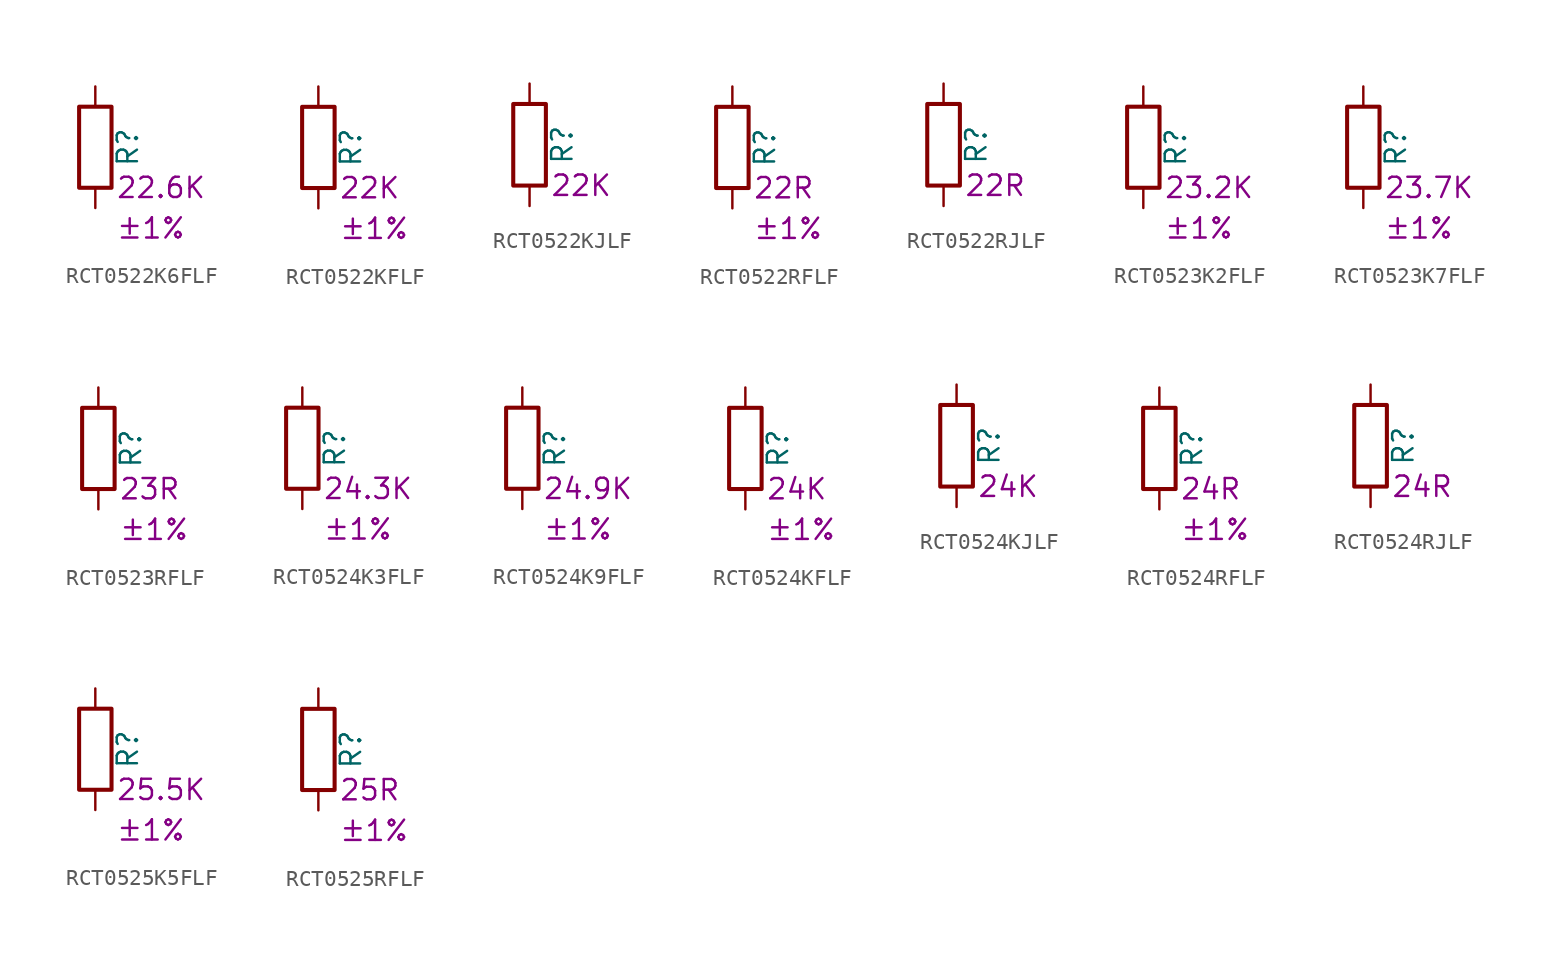
<source format=kicad_sym>
(kicad_symbol_lib
  (version 20220914)
  (generator kicad_symbol_editor)
  (symbol "RCT0522K6FLF"
    (pin_numbers hide)
    (pin_names
      (offset 0))
    (property "Reference" "R"
      (at 2.032 0 90)
      (effects (font (size 1.27 1.27))))
    (property "Resistance" "22.6K"
      (at 1.27 -2.54 0)
      (effects (font (size 1.27 1.27)) (justify left)))
    (property "Tolerance" "±1%"
      (at 1.27 -5.08 0)
      (effects (font (size 1.27 1.27)) (justify left)))
    (symbol "RCT0522K6FLF_0_1"
      (rectangle (start -1.016 -2.54) (end 1.016 2.54) (stroke (width 0.254) (type default)) (fill (type none))))
    (symbol "RCT0522K6FLF_1_1"
      (pin passive line (at 0 3.81 270) (length 1.27) (name "~" (effects (font (size 1.27 1.27)))) (number "1" (effects (font (size 1.27 1.27)))))
      (pin passive line (at 0 -3.81 90) (length 1.27) (name "~" (effects (font (size 1.27 1.27)))) (number "2" (effects (font (size 1.27 1.27)))))))
  (symbol "RCT0522KFLF"
    (pin_numbers hide)
    (pin_names
      (offset 0))
    (property "Reference" "R"
      (at 2.032 0 90)
      (effects (font (size 1.27 1.27))))
    (property "Resistance" "22K"
      (at 1.27 -2.54 0)
      (effects (font (size 1.27 1.27)) (justify left)))
    (property "Tolerance" "±1%"
      (at 1.27 -5.08 0)
      (effects (font (size 1.27 1.27)) (justify left)))
    (symbol "RCT0522KFLF_0_1"
      (rectangle (start -1.016 -2.54) (end 1.016 2.54) (stroke (width 0.254) (type default)) (fill (type none))))
    (symbol "RCT0522KFLF_1_1"
      (pin passive line (at 0 3.81 270) (length 1.27) (name "~" (effects (font (size 1.27 1.27)))) (number "1" (effects (font (size 1.27 1.27)))))
      (pin passive line (at 0 -3.81 90) (length 1.27) (name "~" (effects (font (size 1.27 1.27)))) (number "2" (effects (font (size 1.27 1.27)))))))
  (symbol "RCT0522KJLF"
    (pin_numbers hide)
    (pin_names
      (offset 0))
    (property "Reference" "R"
      (at 2.032 0 90)
      (effects (font (size 1.27 1.27))))
    (property "Resistance" "22K"
      (at 1.27 -2.54 0)
      (effects (font (size 1.27 1.27)) (justify left)))
    (symbol "RCT0522KJLF_0_1"
      (rectangle (start -1.016 -2.54) (end 1.016 2.54) (stroke (width 0.254) (type default)) (fill (type none))))
    (symbol "RCT0522KJLF_1_1"
      (pin passive line (at 0 3.81 270) (length 1.27) (name "~" (effects (font (size 1.27 1.27)))) (number "1" (effects (font (size 1.27 1.27)))))
      (pin passive line (at 0 -3.81 90) (length 1.27) (name "~" (effects (font (size 1.27 1.27)))) (number "2" (effects (font (size 1.27 1.27)))))))
  (symbol "RCT0522RFLF"
    (pin_numbers hide)
    (pin_names
      (offset 0))
    (property "Reference" "R"
      (at 2.032 0 90)
      (effects (font (size 1.27 1.27))))
    (property "Resistance" "22R"
      (at 1.27 -2.54 0)
      (effects (font (size 1.27 1.27)) (justify left)))
    (property "Tolerance" "±1%"
      (at 1.27 -5.08 0)
      (effects (font (size 1.27 1.27)) (justify left)))
    (symbol "RCT0522RFLF_0_1"
      (rectangle (start -1.016 -2.54) (end 1.016 2.54) (stroke (width 0.254) (type default)) (fill (type none))))
    (symbol "RCT0522RFLF_1_1"
      (pin passive line (at 0 3.81 270) (length 1.27) (name "~" (effects (font (size 1.27 1.27)))) (number "1" (effects (font (size 1.27 1.27)))))
      (pin passive line (at 0 -3.81 90) (length 1.27) (name "~" (effects (font (size 1.27 1.27)))) (number "2" (effects (font (size 1.27 1.27)))))))
  (symbol "RCT0522RJLF"
    (pin_numbers hide)
    (pin_names
      (offset 0))
    (property "Reference" "R"
      (at 2.032 0 90)
      (effects (font (size 1.27 1.27))))
    (property "Resistance" "22R"
      (at 1.27 -2.54 0)
      (effects (font (size 1.27 1.27)) (justify left)))
    (symbol "RCT0522RJLF_0_1"
      (rectangle (start -1.016 -2.54) (end 1.016 2.54) (stroke (width 0.254) (type default)) (fill (type none))))
    (symbol "RCT0522RJLF_1_1"
      (pin passive line (at 0 3.81 270) (length 1.27) (name "~" (effects (font (size 1.27 1.27)))) (number "1" (effects (font (size 1.27 1.27)))))
      (pin passive line (at 0 -3.81 90) (length 1.27) (name "~" (effects (font (size 1.27 1.27)))) (number "2" (effects (font (size 1.27 1.27)))))))
  (symbol "RCT0523K2FLF"
    (pin_numbers hide)
    (pin_names
      (offset 0))
    (property "Reference" "R"
      (at 2.032 0 90)
      (effects (font (size 1.27 1.27))))
    (property "Resistance" "23.2K"
      (at 1.27 -2.54 0)
      (effects (font (size 1.27 1.27)) (justify left)))
    (property "Tolerance" "±1%"
      (at 1.27 -5.08 0)
      (effects (font (size 1.27 1.27)) (justify left)))
    (symbol "RCT0523K2FLF_0_1"
      (rectangle (start -1.016 -2.54) (end 1.016 2.54) (stroke (width 0.254) (type default)) (fill (type none))))
    (symbol "RCT0523K2FLF_1_1"
      (pin passive line (at 0 3.81 270) (length 1.27) (name "~" (effects (font (size 1.27 1.27)))) (number "1" (effects (font (size 1.27 1.27)))))
      (pin passive line (at 0 -3.81 90) (length 1.27) (name "~" (effects (font (size 1.27 1.27)))) (number "2" (effects (font (size 1.27 1.27)))))))
  (symbol "RCT0523K7FLF"
    (pin_numbers hide)
    (pin_names
      (offset 0))
    (property "Reference" "R"
      (at 2.032 0 90)
      (effects (font (size 1.27 1.27))))
    (property "Resistance" "23.7K"
      (at 1.27 -2.54 0)
      (effects (font (size 1.27 1.27)) (justify left)))
    (property "Tolerance" "±1%"
      (at 1.27 -5.08 0)
      (effects (font (size 1.27 1.27)) (justify left)))
    (symbol "RCT0523K7FLF_0_1"
      (rectangle (start -1.016 -2.54) (end 1.016 2.54) (stroke (width 0.254) (type default)) (fill (type none))))
    (symbol "RCT0523K7FLF_1_1"
      (pin passive line (at 0 3.81 270) (length 1.27) (name "~" (effects (font (size 1.27 1.27)))) (number "1" (effects (font (size 1.27 1.27)))))
      (pin passive line (at 0 -3.81 90) (length 1.27) (name "~" (effects (font (size 1.27 1.27)))) (number "2" (effects (font (size 1.27 1.27)))))))
  (symbol "RCT0523RFLF"
    (pin_numbers hide)
    (pin_names
      (offset 0))
    (property "Reference" "R"
      (at 2.032 0 90)
      (effects (font (size 1.27 1.27))))
    (property "Resistance" "23R"
      (at 1.27 -2.54 0)
      (effects (font (size 1.27 1.27)) (justify left)))
    (property "Tolerance" "±1%"
      (at 1.27 -5.08 0)
      (effects (font (size 1.27 1.27)) (justify left)))
    (symbol "RCT0523RFLF_0_1"
      (rectangle (start -1.016 -2.54) (end 1.016 2.54) (stroke (width 0.254) (type default)) (fill (type none))))
    (symbol "RCT0523RFLF_1_1"
      (pin passive line (at 0 3.81 270) (length 1.27) (name "~" (effects (font (size 1.27 1.27)))) (number "1" (effects (font (size 1.27 1.27)))))
      (pin passive line (at 0 -3.81 90) (length 1.27) (name "~" (effects (font (size 1.27 1.27)))) (number "2" (effects (font (size 1.27 1.27)))))))
  (symbol "RCT0524K3FLF"
    (pin_numbers hide)
    (pin_names
      (offset 0))
    (property "Reference" "R"
      (at 2.032 0 90)
      (effects (font (size 1.27 1.27))))
    (property "Resistance" "24.3K"
      (at 1.27 -2.54 0)
      (effects (font (size 1.27 1.27)) (justify left)))
    (property "Tolerance" "±1%"
      (at 1.27 -5.08 0)
      (effects (font (size 1.27 1.27)) (justify left)))
    (symbol "RCT0524K3FLF_0_1"
      (rectangle (start -1.016 -2.54) (end 1.016 2.54) (stroke (width 0.254) (type default)) (fill (type none))))
    (symbol "RCT0524K3FLF_1_1"
      (pin passive line (at 0 3.81 270) (length 1.27) (name "~" (effects (font (size 1.27 1.27)))) (number "1" (effects (font (size 1.27 1.27)))))
      (pin passive line (at 0 -3.81 90) (length 1.27) (name "~" (effects (font (size 1.27 1.27)))) (number "2" (effects (font (size 1.27 1.27)))))))
  (symbol "RCT0524K9FLF"
    (pin_numbers hide)
    (pin_names
      (offset 0))
    (property "Reference" "R"
      (at 2.032 0 90)
      (effects (font (size 1.27 1.27))))
    (property "Resistance" "24.9K"
      (at 1.27 -2.54 0)
      (effects (font (size 1.27 1.27)) (justify left)))
    (property "Tolerance" "±1%"
      (at 1.27 -5.08 0)
      (effects (font (size 1.27 1.27)) (justify left)))
    (symbol "RCT0524K9FLF_0_1"
      (rectangle (start -1.016 -2.54) (end 1.016 2.54) (stroke (width 0.254) (type default)) (fill (type none))))
    (symbol "RCT0524K9FLF_1_1"
      (pin passive line (at 0 3.81 270) (length 1.27) (name "~" (effects (font (size 1.27 1.27)))) (number "1" (effects (font (size 1.27 1.27)))))
      (pin passive line (at 0 -3.81 90) (length 1.27) (name "~" (effects (font (size 1.27 1.27)))) (number "2" (effects (font (size 1.27 1.27)))))))
  (symbol "RCT0524KFLF"
    (pin_numbers hide)
    (pin_names
      (offset 0))
    (property "Reference" "R"
      (at 2.032 0 90)
      (effects (font (size 1.27 1.27))))
    (property "Resistance" "24K"
      (at 1.27 -2.54 0)
      (effects (font (size 1.27 1.27)) (justify left)))
    (property "Tolerance" "±1%"
      (at 1.27 -5.08 0)
      (effects (font (size 1.27 1.27)) (justify left)))
    (symbol "RCT0524KFLF_0_1"
      (rectangle (start -1.016 -2.54) (end 1.016 2.54) (stroke (width 0.254) (type default)) (fill (type none))))
    (symbol "RCT0524KFLF_1_1"
      (pin passive line (at 0 3.81 270) (length 1.27) (name "~" (effects (font (size 1.27 1.27)))) (number "1" (effects (font (size 1.27 1.27)))))
      (pin passive line (at 0 -3.81 90) (length 1.27) (name "~" (effects (font (size 1.27 1.27)))) (number "2" (effects (font (size 1.27 1.27)))))))
  (symbol "RCT0524KJLF"
    (pin_numbers hide)
    (pin_names
      (offset 0))
    (property "Reference" "R"
      (at 2.032 0 90)
      (effects (font (size 1.27 1.27))))
    (property "Resistance" "24K"
      (at 1.27 -2.54 0)
      (effects (font (size 1.27 1.27)) (justify left)))
    (symbol "RCT0524KJLF_0_1"
      (rectangle (start -1.016 -2.54) (end 1.016 2.54) (stroke (width 0.254) (type default)) (fill (type none))))
    (symbol "RCT0524KJLF_1_1"
      (pin passive line (at 0 3.81 270) (length 1.27) (name "~" (effects (font (size 1.27 1.27)))) (number "1" (effects (font (size 1.27 1.27)))))
      (pin passive line (at 0 -3.81 90) (length 1.27) (name "~" (effects (font (size 1.27 1.27)))) (number "2" (effects (font (size 1.27 1.27)))))))
  (symbol "RCT0524RFLF"
    (pin_numbers hide)
    (pin_names
      (offset 0))
    (property "Reference" "R"
      (at 2.032 0 90)
      (effects (font (size 1.27 1.27))))
    (property "Resistance" "24R"
      (at 1.27 -2.54 0)
      (effects (font (size 1.27 1.27)) (justify left)))
    (property "Tolerance" "±1%"
      (at 1.27 -5.08 0)
      (effects (font (size 1.27 1.27)) (justify left)))
    (symbol "RCT0524RFLF_0_1"
      (rectangle (start -1.016 -2.54) (end 1.016 2.54) (stroke (width 0.254) (type default)) (fill (type none))))
    (symbol "RCT0524RFLF_1_1"
      (pin passive line (at 0 3.81 270) (length 1.27) (name "~" (effects (font (size 1.27 1.27)))) (number "1" (effects (font (size 1.27 1.27)))))
      (pin passive line (at 0 -3.81 90) (length 1.27) (name "~" (effects (font (size 1.27 1.27)))) (number "2" (effects (font (size 1.27 1.27)))))))
  (symbol "RCT0524RJLF"
    (pin_numbers hide)
    (pin_names
      (offset 0))
    (property "Reference" "R"
      (at 2.032 0 90)
      (effects (font (size 1.27 1.27))))
    (property "Resistance" "24R"
      (at 1.27 -2.54 0)
      (effects (font (size 1.27 1.27)) (justify left)))
    (symbol "RCT0524RJLF_0_1"
      (rectangle (start -1.016 -2.54) (end 1.016 2.54) (stroke (width 0.254) (type default)) (fill (type none))))
    (symbol "RCT0524RJLF_1_1"
      (pin passive line (at 0 3.81 270) (length 1.27) (name "~" (effects (font (size 1.27 1.27)))) (number "1" (effects (font (size 1.27 1.27)))))
      (pin passive line (at 0 -3.81 90) (length 1.27) (name "~" (effects (font (size 1.27 1.27)))) (number "2" (effects (font (size 1.27 1.27)))))))
  (symbol "RCT0525K5FLF"
    (pin_numbers hide)
    (pin_names
      (offset 0))
    (property "Reference" "R"
      (at 2.032 0 90)
      (effects (font (size 1.27 1.27))))
    (property "Resistance" "25.5K"
      (at 1.27 -2.54 0)
      (effects (font (size 1.27 1.27)) (justify left)))
    (property "Tolerance" "±1%"
      (at 1.27 -5.08 0)
      (effects (font (size 1.27 1.27)) (justify left)))
    (symbol "RCT0525K5FLF_0_1"
      (rectangle (start -1.016 -2.54) (end 1.016 2.54) (stroke (width 0.254) (type default)) (fill (type none))))
    (symbol "RCT0525K5FLF_1_1"
      (pin passive line (at 0 3.81 270) (length 1.27) (name "~" (effects (font (size 1.27 1.27)))) (number "1" (effects (font (size 1.27 1.27)))))
      (pin passive line (at 0 -3.81 90) (length 1.27) (name "~" (effects (font (size 1.27 1.27)))) (number "2" (effects (font (size 1.27 1.27)))))))
  (symbol "RCT0525RFLF"
    (pin_numbers hide)
    (pin_names
      (offset 0))
    (property "Reference" "R"
      (at 2.032 0 90)
      (effects (font (size 1.27 1.27))))
    (property "Resistance" "25R"
      (at 1.27 -2.54 0)
      (effects (font (size 1.27 1.27)) (justify left)))
    (property "Tolerance" "±1%"
      (at 1.27 -5.08 0)
      (effects (font (size 1.27 1.27)) (justify left)))
    (symbol "RCT0525RFLF_0_1"
      (rectangle (start -1.016 -2.54) (end 1.016 2.54) (stroke (width 0.254) (type default)) (fill (type none))))
    (symbol "RCT0525RFLF_1_1"
      (pin passive line (at 0 3.81 270) (length 1.27) (name "~" (effects (font (size 1.27 1.27)))) (number "1" (effects (font (size 1.27 1.27)))))
      (pin passive line (at 0 -3.81 90) (length 1.27) (name "~" (effects (font (size 1.27 1.27)))) (number "2" (effects (font (size 1.27 1.27))))))))
</source>
